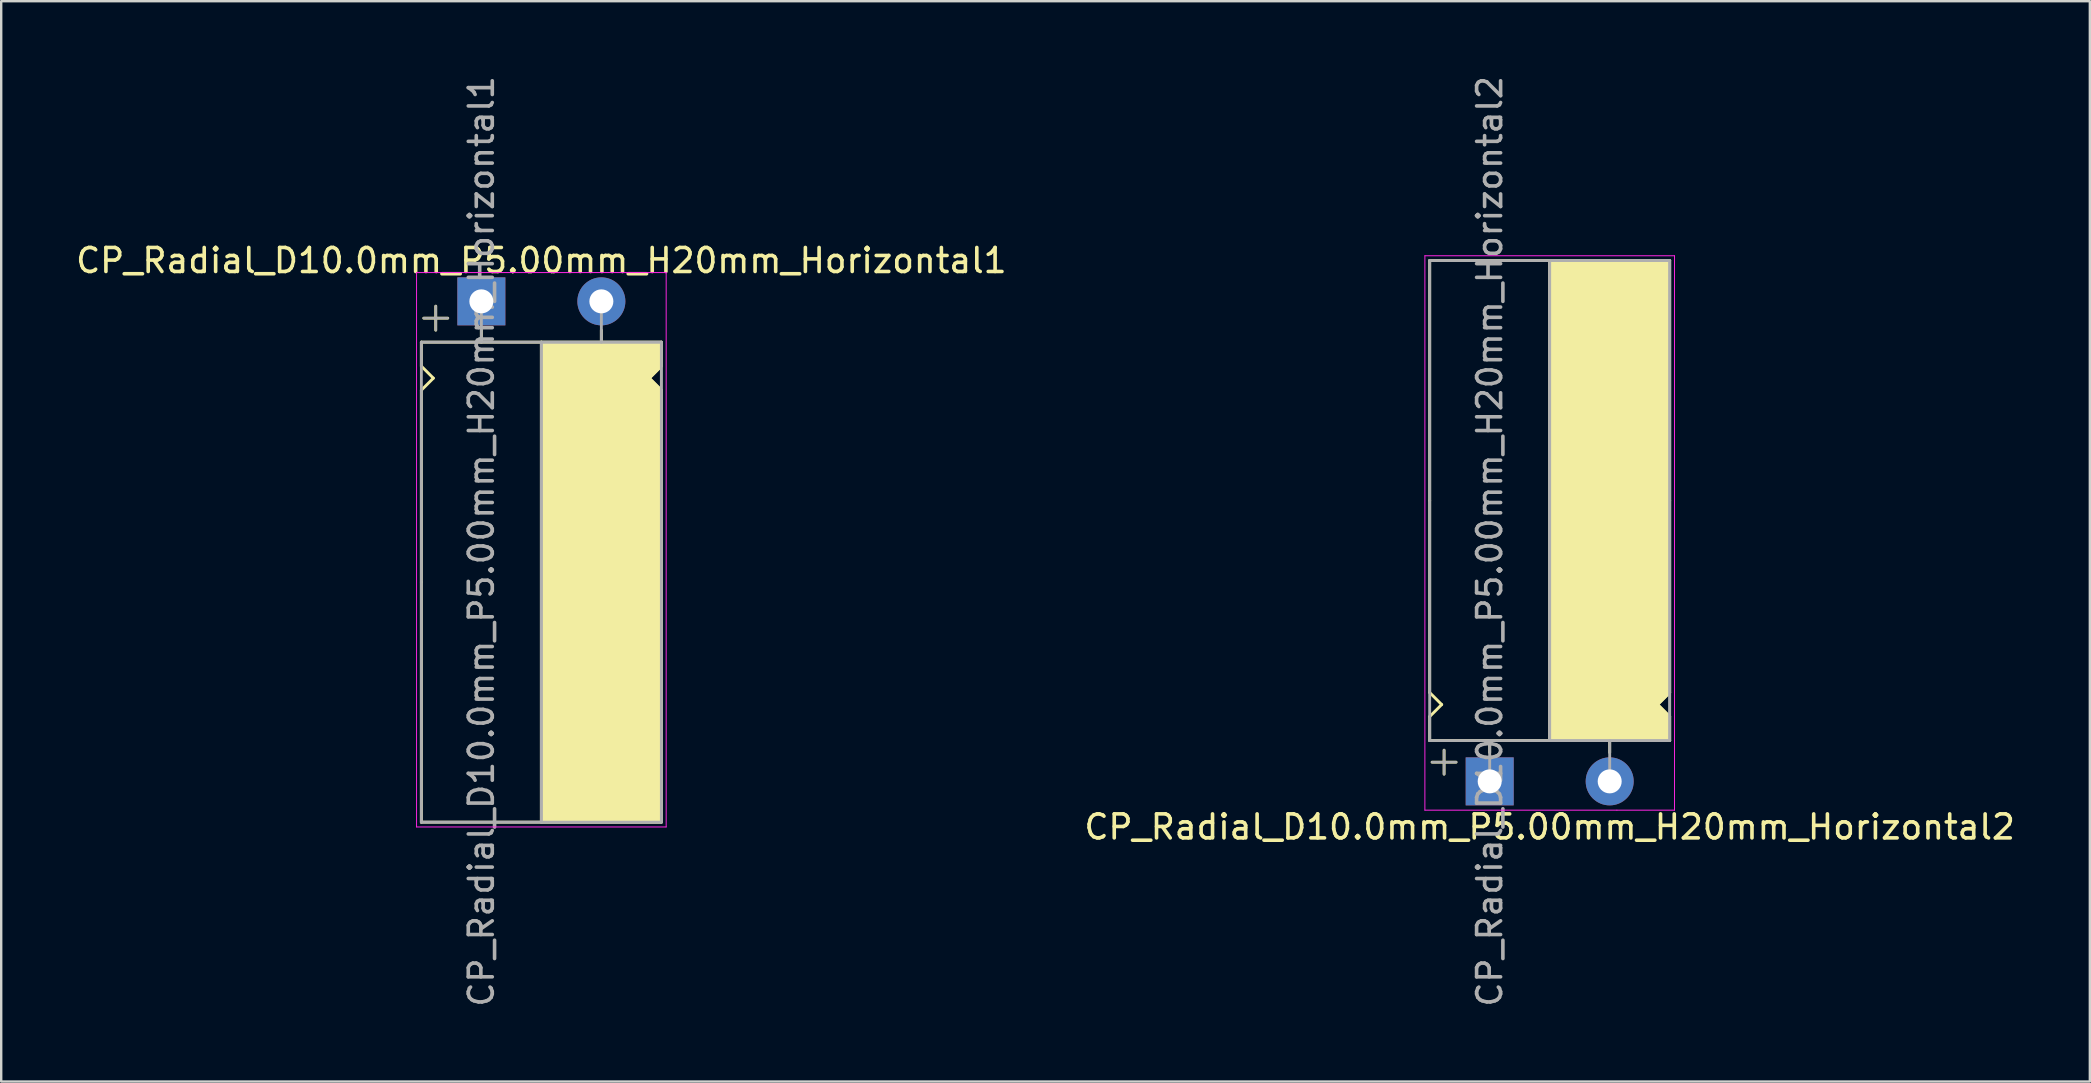
<source format=kicad_pcb>
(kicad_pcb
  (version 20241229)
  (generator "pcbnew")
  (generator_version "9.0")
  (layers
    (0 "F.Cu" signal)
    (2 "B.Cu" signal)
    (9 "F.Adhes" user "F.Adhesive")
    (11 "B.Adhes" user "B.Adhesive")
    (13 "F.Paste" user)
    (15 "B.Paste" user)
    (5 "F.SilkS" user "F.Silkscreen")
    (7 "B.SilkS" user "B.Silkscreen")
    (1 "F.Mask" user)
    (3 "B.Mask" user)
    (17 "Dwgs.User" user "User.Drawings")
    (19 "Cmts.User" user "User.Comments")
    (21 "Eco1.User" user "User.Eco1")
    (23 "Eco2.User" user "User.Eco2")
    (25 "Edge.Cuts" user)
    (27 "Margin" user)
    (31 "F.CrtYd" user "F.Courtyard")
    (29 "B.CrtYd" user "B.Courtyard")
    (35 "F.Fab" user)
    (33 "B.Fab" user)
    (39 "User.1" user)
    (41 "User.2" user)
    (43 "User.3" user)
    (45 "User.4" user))
  (footprint "CP_Radial_D10.0mm_P5.00mm_H20mm_Horizontal2"
    (layer "F.Cu")
    (at 59.018 29.506)
    (property "Reference" "CP_Radial_D10.0mm_P5.00mm_H20mm_Horizontal2" (at 2.5 1.9 0) (layer "F.SilkS") (effects (font (size 1 1) (thickness 0.15))))
    (attr through_hole)
    (fp_line (start -2.5 -21.7) (end 7.5 -21.7) (stroke (width 0.12) (type solid)) (layer "F.SilkS"))
    (fp_line (start -2.5 -11.7) (end -2.5 -21.7) (stroke (width 0.12) (type solid)) (layer "F.SilkS"))
    (fp_line (start -2.5 -3.7) (end -2.5 -11.7) (stroke (width 0.12) (type solid)) (layer "F.SilkS"))
    (fp_line (start -2.5 -2.7) (end -2 -3.2) (stroke (width 0.12) (type solid)) (layer "F.SilkS"))
    (fp_line (start -2.5 -1.7) (end -2.5 -2.7) (stroke (width 0.12) (type solid)) (layer "F.SilkS"))
    (fp_line (start -2 -3.2) (end -2.5 -3.7) (stroke (width 0.12) (type solid)) (layer "F.SilkS"))
    (fp_line (start -1.9 -1.3) (end -1.9 -0.3) (stroke (width 0.12) (type solid)) (layer "F.SilkS"))
    (fp_line (start -1.4 -0.8) (end -2.4 -0.8) (stroke (width 0.12) (type solid)) (layer "F.SilkS"))
    (fp_line (start 0 -1.7) (end 0 -1.2) (stroke (width 0.12) (type solid)) (layer "F.SilkS"))
    (fp_line (start 2.5 -21.7) (end 2.5 -1.7) (stroke (width 0.12) (type solid)) (layer "F.SilkS"))
    (fp_line (start 2.5 -1.7) (end -2.5 -1.7) (stroke (width 0.12) (type solid)) (layer "F.SilkS"))
    (fp_line (start 5 -1.7) (end 5 -1.2) (stroke (width 0.12) (type solid)) (layer "F.SilkS"))
    (fp_line (start 7 -3.2) (end 7.5 -3.7) (stroke (width 0.12) (type solid)) (layer "F.SilkS"))
    (fp_line (start 7.5 -11.7) (end 7.5 -21.7) (stroke (width 0.12) (type solid)) (layer "F.SilkS"))
    (fp_line (start 7.5 -3.7) (end 7.5 -11.7) (stroke (width 0.12) (type solid)) (layer "F.SilkS"))
    (fp_line (start 7.5 -2.7) (end 7 -3.2) (stroke (width 0.12) (type solid)) (layer "F.SilkS"))
    (fp_line (start 7.5 -1.7) (end 2.5 -1.7) (stroke (width 0.12) (type solid)) (layer "F.SilkS"))
    (fp_line (start 7.5 -1.7) (end 7.5 -2.7) (stroke (width 0.12) (type solid)) (layer "F.SilkS"))
    (fp_poly (pts (xy 7.5 -2.7) (xy 7 -3.2) (xy 7.5 -3.7) (xy 7.5 -21.7) (xy 2.5 -21.7) (xy 2.5 -1.7) (xy 7.5 -1.7)) (stroke (width 0.1) (type solid)) (fill yes) (layer "F.SilkS"))
    (fp_line (start -2.7 -21.9) (end -2.7 1.2) (stroke (width 0.04) (type solid)) (layer "F.CrtYd"))
    (fp_line (start -2.7 1.2) (end 5.3 1.2) (stroke (width 0.04) (type solid)) (layer "F.CrtYd"))
    (fp_line (start 5.3 1.2) (end 7.7 1.2) (stroke (width 0.04) (type solid)) (layer "F.CrtYd"))
    (fp_line (start 7.7 -21.9) (end -2.7 -21.9) (stroke (width 0.04) (type solid)) (layer "F.CrtYd"))
    (fp_line (start 7.7 1.2) (end 7.7 -21.9) (stroke (width 0.04) (type solid)) (layer "F.CrtYd"))
    (fp_line (start -2.5 -21.7) (end 7.5 -21.7) (stroke (width 0.12) (type solid)) (layer "F.Fab"))
    (fp_line (start -2.5 -1.7) (end -2.5 -21.7) (stroke (width 0.12) (type solid)) (layer "F.Fab"))
    (fp_line (start -2.4 -0.8) (end -1.4 -0.8) (stroke (width 0.1) (type solid)) (layer "F.Fab"))
    (fp_line (start -1.9 -0.3) (end -1.9 -1.3) (stroke (width 0.1) (type solid)) (layer "F.Fab"))
    (fp_line (start 0 -1.7) (end 0 0) (stroke (width 0.12) (type solid)) (layer "F.Fab"))
    (fp_line (start 2.5 -1.7) (end 2.5 -21.7) (stroke (width 0.12) (type solid)) (layer "F.Fab"))
    (fp_line (start 5 -1.7) (end 5 0) (stroke (width 0.12) (type solid)) (layer "F.Fab"))
    (fp_line (start 7.5 -21.7) (end 7.5 -1.7) (stroke (width 0.12) (type solid)) (layer "F.Fab"))
    (fp_line (start 7.5 -1.7) (end -2.5 -1.7) (stroke (width 0.12) (type solid)) (layer "F.Fab"))
    (fp_poly (pts (xy 7.5 -21.7) (xy 2.5 -21.7) (xy 2.5 -1.7) (xy 7.5 -1.7)) (stroke (width 0.1) (type solid)) (fill no) (layer "F.Fab"))
    (fp_text user "${REFERENCE}" (at 0 -10 90) (layer "F.Fab") (effects (font (size 1 1) (thickness 0.15))))
    (pad "1" thru_hole rect (at 0 0) (size 2 2) (drill 1) (layers "*.Cu" "*.Mask"))
    (pad "2" thru_hole circle (at 5 0) (size 2 2) (drill 1) (layers "*.Cu" "*.Mask")))
  (footprint "CP_Radial_D10.0mm_P5.00mm_H20mm_Horizontal1"
    (layer "F.Cu")
    (at 17.006 9.506)
    (property "Reference" "CP_Radial_D10.0mm_P5.00mm_H20mm_Horizontal1" (at 2.5 -1.7 0) (layer "F.SilkS") (effects (font (size 1 1) (thickness 0.15))))
    (attr through_hole)
    (fp_line (start -2.5 1.7) (end -2.5 2.7) (stroke (width 0.12) (type solid)) (layer "F.SilkS"))
    (fp_line (start -2.5 2.7) (end -2 3.2) (stroke (width 0.12) (type solid)) (layer "F.SilkS"))
    (fp_line (start -2.5 3.7) (end -2.5 11.7) (stroke (width 0.12) (type solid)) (layer "F.SilkS"))
    (fp_line (start -2.5 11.7) (end -2.5 21.7) (stroke (width 0.12) (type solid)) (layer "F.SilkS"))
    (fp_line (start -2.5 21.7) (end 7.5 21.7) (stroke (width 0.12) (type solid)) (layer "F.SilkS"))
    (fp_line (start -2 3.2) (end -2.5 3.7) (stroke (width 0.12) (type solid)) (layer "F.SilkS"))
    (fp_line (start -1.9 0.2) (end -1.9 1.2) (stroke (width 0.12) (type solid)) (layer "F.SilkS"))
    (fp_line (start -1.4 0.7) (end -2.4 0.7) (stroke (width 0.12) (type solid)) (layer "F.SilkS"))
    (fp_line (start 0 1.7) (end 0 1.2) (stroke (width 0.12) (type solid)) (layer "F.SilkS"))
    (fp_line (start 2.5 1.7) (end -2.5 1.7) (stroke (width 0.12) (type solid)) (layer "F.SilkS"))
    (fp_line (start 2.5 21.7) (end 2.5 1.7) (stroke (width 0.12) (type solid)) (layer "F.SilkS"))
    (fp_line (start 5 1.7) (end 5 1.2) (stroke (width 0.12) (type solid)) (layer "F.SilkS"))
    (fp_line (start 7 3.2) (end 7.5 3.7) (stroke (width 0.12) (type solid)) (layer "F.SilkS"))
    (fp_line (start 7.5 1.7) (end 2.5 1.7) (stroke (width 0.12) (type solid)) (layer "F.SilkS"))
    (fp_line (start 7.5 1.7) (end 7.5 2.7) (stroke (width 0.12) (type solid)) (layer "F.SilkS"))
    (fp_line (start 7.5 2.7) (end 7 3.2) (stroke (width 0.12) (type solid)) (layer "F.SilkS"))
    (fp_line (start 7.5 3.7) (end 7.5 11.7) (stroke (width 0.12) (type solid)) (layer "F.SilkS"))
    (fp_line (start 7.5 11.7) (end 7.5 21.7) (stroke (width 0.12) (type solid)) (layer "F.SilkS"))
    (fp_poly (pts (xy 7.5 2.7) (xy 7 3.2) (xy 7.5 3.7) (xy 7.5 21.7) (xy 2.5 21.7) (xy 2.5 1.7) (xy 7.5 1.7)) (stroke (width 0.1) (type solid)) (fill yes) (layer "F.SilkS"))
    (fp_line (start -2.7 -1.2) (end 5.3 -1.2) (stroke (width 0.04) (type solid)) (layer "F.CrtYd"))
    (fp_line (start -2.7 21.9) (end -2.7 -1.2) (stroke (width 0.04) (type solid)) (layer "F.CrtYd"))
    (fp_line (start 5.3 -1.2) (end 7.7 -1.2) (stroke (width 0.04) (type solid)) (layer "F.CrtYd"))
    (fp_line (start 7.7 -1.2) (end 7.7 21.9) (stroke (width 0.04) (type solid)) (layer "F.CrtYd"))
    (fp_line (start 7.7 21.9) (end -2.7 21.9) (stroke (width 0.04) (type solid)) (layer "F.CrtYd"))
    (fp_line (start -2.5 1.7) (end -2.5 21.7) (stroke (width 0.12) (type solid)) (layer "F.Fab"))
    (fp_line (start -2.5 21.7) (end 7.5 21.7) (stroke (width 0.12) (type solid)) (layer "F.Fab"))
    (fp_line (start -2.4 0.7) (end -1.4 0.7) (stroke (width 0.1) (type solid)) (layer "F.Fab"))
    (fp_line (start -1.9 1.2) (end -1.9 0.2) (stroke (width 0.1) (type solid)) (layer "F.Fab"))
    (fp_line (start 0 1.7) (end 0 0) (stroke (width 0.12) (type solid)) (layer "F.Fab"))
    (fp_line (start 2.5 1.7) (end 2.5 21.7) (stroke (width 0.12) (type solid)) (layer "F.Fab"))
    (fp_line (start 5 1.7) (end 5 0) (stroke (width 0.12) (type solid)) (layer "F.Fab"))
    (fp_line (start 7.5 1.7) (end -2.5 1.7) (stroke (width 0.12) (type solid)) (layer "F.Fab"))
    (fp_line (start 7.5 21.7) (end 7.5 1.7) (stroke (width 0.12) (type solid)) (layer "F.Fab"))
    (fp_poly (pts (xy 7.5 21.7) (xy 2.5 21.7) (xy 2.5 1.7) (xy 7.5 1.7)) (stroke (width 0.1) (type solid)) (fill no) (layer "F.Fab"))
    (fp_text user "${REFERENCE}" (at 0 10 90) (layer "F.Fab") (effects (font (size 1 1) (thickness 0.15))))
    (pad "1" thru_hole rect (at 0 0) (size 2 2) (drill 1) (layers "*.Cu" "*.Mask"))
    (pad "2" thru_hole circle (at 5 0) (size 2 2) (drill 1) (layers "*.Cu" "*.Mask")))
  (gr_rect
    (start -3 -3)
    (end 84.024 42.012)
    (stroke (width 0.1) (type default))
    (fill no)
    (layer "Edge.Cuts")))
</source>
